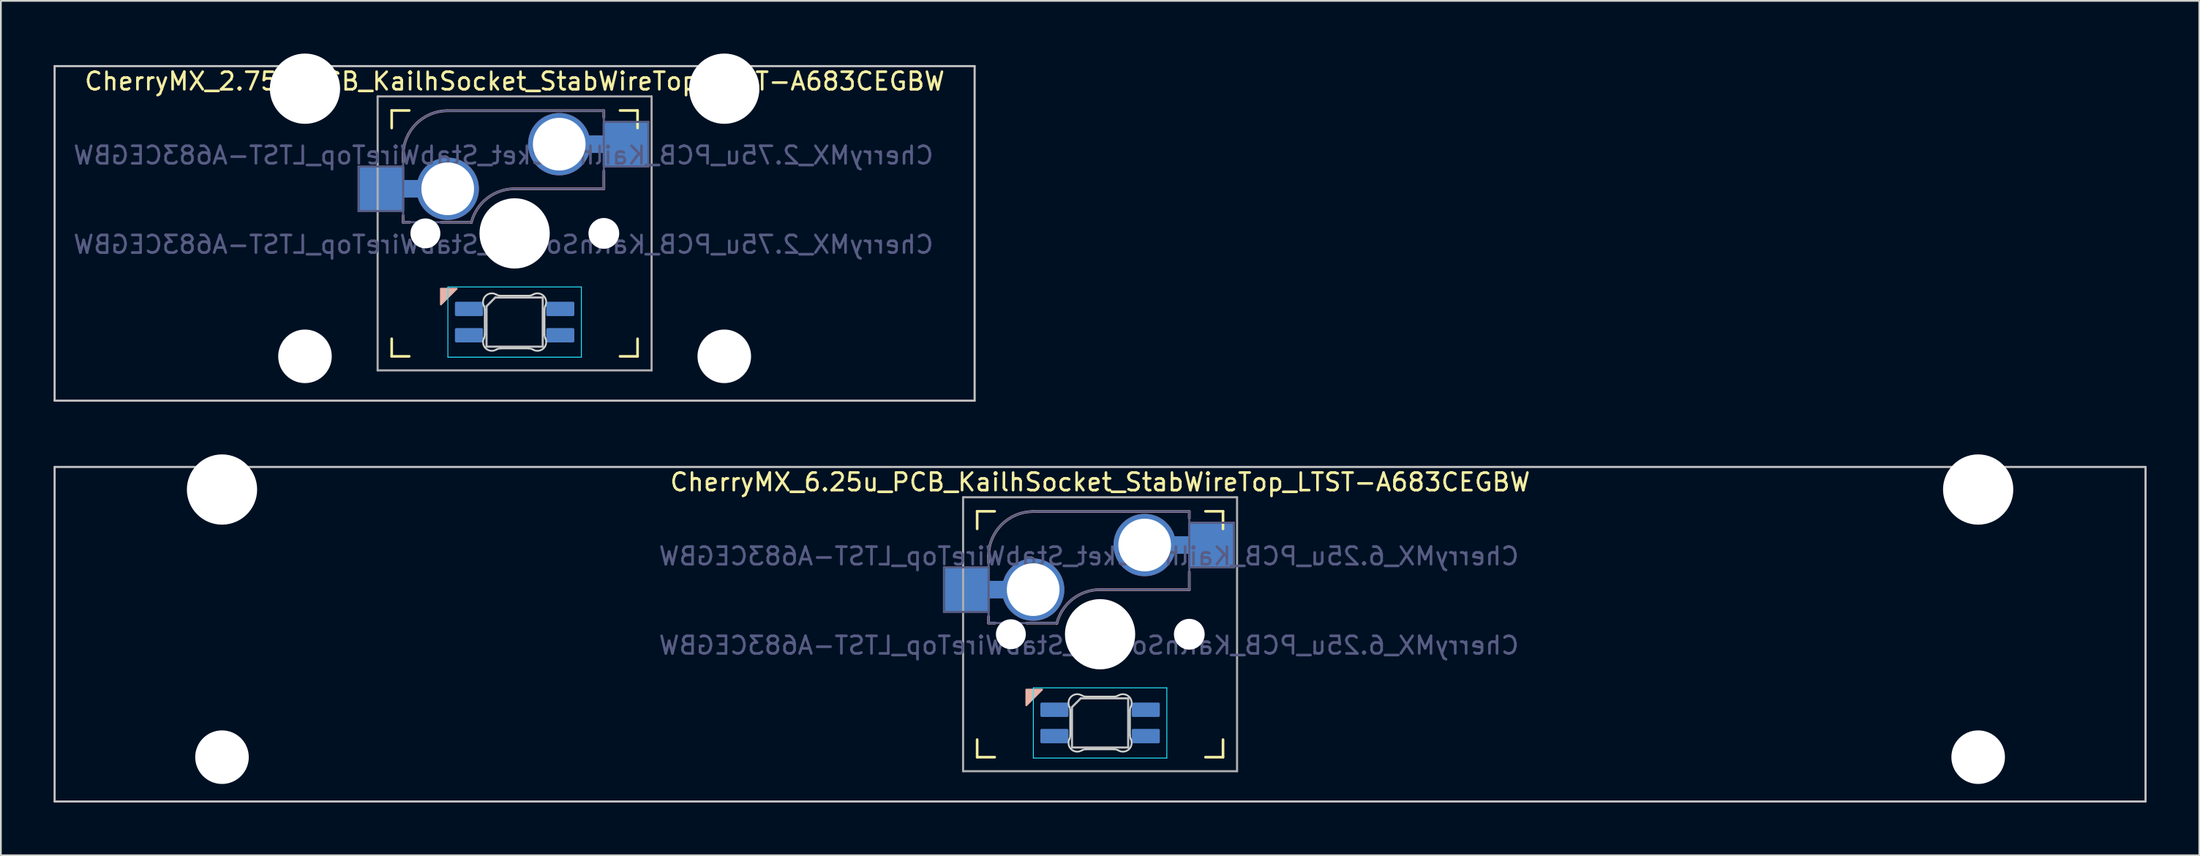
<source format=kicad_pcb>
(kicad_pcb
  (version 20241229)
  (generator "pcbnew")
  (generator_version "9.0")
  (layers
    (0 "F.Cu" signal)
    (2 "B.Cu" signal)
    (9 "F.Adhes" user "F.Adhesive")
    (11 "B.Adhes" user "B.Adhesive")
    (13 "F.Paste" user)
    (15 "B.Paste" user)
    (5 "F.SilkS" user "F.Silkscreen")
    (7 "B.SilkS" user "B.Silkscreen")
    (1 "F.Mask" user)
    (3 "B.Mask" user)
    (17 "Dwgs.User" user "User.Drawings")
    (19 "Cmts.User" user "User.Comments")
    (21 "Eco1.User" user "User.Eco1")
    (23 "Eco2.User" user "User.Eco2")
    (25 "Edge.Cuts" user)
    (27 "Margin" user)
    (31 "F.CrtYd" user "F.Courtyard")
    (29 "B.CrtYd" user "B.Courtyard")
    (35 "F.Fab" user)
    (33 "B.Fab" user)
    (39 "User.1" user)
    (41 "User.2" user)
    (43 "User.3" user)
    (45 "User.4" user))
  (footprint "CherryMX_2.75u_PCB_KailhSocket_StabWireTop_LTST-A683CEGBW"
    (layer "F.Cu")
    (at 26.254 10.24)
    (property "Reference" "CherryMX_2.75u_PCB_KailhSocket_StabWireTop_LTST-A683CEGBW" (at 0 -8.662 0) (layer "F.SilkS") (effects (font (size 1 1) (thickness 0.15))))
    (property "Value" "CherryMX_2.75u_PCB_KailhSocket_StabWireTop_LTST-A683CEGBW" (at 0 8.662 0) (layer "F.Fab") (hide yes) (effects (font (size 1 1) (thickness 0.15))))
    (attr through_hole)
    (fp_line (start -7 -6) (end -7 -7) (stroke (width 0.15) (type solid)) (layer "F.SilkS"))
    (fp_line (start -7 7) (end -7 6) (stroke (width 0.15) (type solid)) (layer "F.SilkS"))
    (fp_line (start -7 7) (end -6 7) (stroke (width 0.15) (type solid)) (layer "F.SilkS"))
    (fp_line (start -6 -7) (end -7 -7) (stroke (width 0.15) (type solid)) (layer "F.SilkS"))
    (fp_line (start 6 7) (end 7 7) (stroke (width 0.15) (type solid)) (layer "F.SilkS"))
    (fp_line (start 7 -7) (end 6 -7) (stroke (width 0.15) (type solid)) (layer "F.SilkS"))
    (fp_line (start 7 -7) (end 7 -6) (stroke (width 0.15) (type solid)) (layer "F.SilkS"))
    (fp_line (start 7 6) (end 7 7) (stroke (width 0.15) (type solid)) (layer "F.SilkS"))
    (fp_line (start -6.35 -4.445) (end -6.35 -4.064) (stroke (width 0.15) (type solid)) (layer "B.SilkS"))
    (fp_line (start -6.35 -1.016) (end -6.35 -0.635) (stroke (width 0.15) (type solid)) (layer "B.SilkS"))
    (fp_line (start -5.969 -0.635) (end -6.35 -0.635) (stroke (width 0.15) (type solid)) (layer "B.SilkS"))
    (fp_line (start -3.81 -6.985) (end 5.08 -6.985) (stroke (width 0.15) (type solid)) (layer "B.SilkS"))
    (fp_line (start -2.464 -0.635) (end -4.191 -0.635) (stroke (width 0.15) (type solid)) (layer "B.SilkS"))
    (fp_line (start 5.08 -6.985) (end 5.08 -6.604) (stroke (width 0.15) (type solid)) (layer "B.SilkS"))
    (fp_line (start 5.08 -3.556) (end 5.08 -2.54) (stroke (width 0.15) (type solid)) (layer "B.SilkS"))
    (fp_line (start 5.08 -2.54) (end 0 -2.54) (stroke (width 0.15) (type solid)) (layer "B.SilkS"))
    (fp_arc (start -6.35 -4.445) (mid -5.606051 -6.241051) (end -3.81 -6.985) (stroke (width 0.15) (type solid)) (layer "B.SilkS"))
    (fp_arc (start -2.464162 -0.61604) (mid -1.563147 -2.002042) (end 0 -2.54) (stroke (width 0.15) (type solid)) (layer "B.SilkS"))
    (fp_poly (pts (xy -4.2 4.05) (xy -3.3 3.15) (xy -4.2 3.15)) (stroke (width 0.1) (type solid)) (fill yes) (layer "B.SilkS"))
    (fp_line (start -26.194 -9.525) (end 26.194 -9.525) (stroke (width 0.12) (type solid)) (layer "Dwgs.User"))
    (fp_line (start -26.194 9.525) (end -26.194 -9.525) (stroke (width 0.12) (type solid)) (layer "Dwgs.User"))
    (fp_line (start -1.6 4.15) (end -1.6 6.45) (stroke (width 0.12) (type solid)) (layer "Dwgs.User"))
    (fp_line (start -1.6 4.15) (end -1.1 3.65) (stroke (width 0.12) (type solid)) (layer "Dwgs.User"))
    (fp_line (start -1.6 6.45) (end 1.6 6.45) (stroke (width 0.12) (type solid)) (layer "Dwgs.User"))
    (fp_line (start 1.6 3.65) (end -1.1 3.65) (stroke (width 0.12) (type solid)) (layer "Dwgs.User"))
    (fp_line (start 1.6 6.45) (end 1.6 3.65) (stroke (width 0.12) (type solid)) (layer "Dwgs.User"))
    (fp_line (start 26.194 -9.525) (end 26.194 9.525) (stroke (width 0.12) (type solid)) (layer "Dwgs.User"))
    (fp_line (start 26.194 9.525) (end -26.194 9.525) (stroke (width 0.12) (type solid)) (layer "Dwgs.User"))
    (fp_line (start -6.9 6.9) (end -6.9 -6.9) (stroke (width 0.15) (type solid)) (layer "Eco2.User"))
    (fp_line (start -6.9 6.9) (end 6.9 6.9) (stroke (width 0.15) (type solid)) (layer "Eco2.User"))
    (fp_line (start 6.9 -6.9) (end -6.9 -6.9) (stroke (width 0.15) (type solid)) (layer "Eco2.User"))
    (fp_line (start 6.9 -6.9) (end 6.9 6.9) (stroke (width 0.15) (type solid)) (layer "Eco2.User"))
    (fp_line (start -1.7 5.753) (end -1.7 4.347) (stroke (width 0.1) (type solid)) (layer "Edge.Cuts"))
    (fp_line (start -0.794 3.55) (end 0.794 3.55) (stroke (width 0.1) (type solid)) (layer "Edge.Cuts"))
    (fp_line (start 0.794 6.55) (end -0.794 6.55) (stroke (width 0.1) (type solid)) (layer "Edge.Cuts"))
    (fp_line (start 1.7 4.347) (end 1.7 5.753) (stroke (width 0.1) (type solid)) (layer "Edge.Cuts"))
    (fp_arc (start -1.749484 4.13028) (mid -1.712527 4.235932) (end -1.699999 4.347158) (stroke (width 0.1) (type solid)) (layer "Edge.Cuts"))
    (fp_arc (start -1.749484 4.130281) (mid -1.638072 3.545965) (end -1.046711 3.481701) (stroke (width 0.1) (type solid)) (layer "Edge.Cuts"))
    (fp_arc (start -1.699999 5.752843) (mid -1.712527 5.864068) (end -1.749484 5.96972) (stroke (width 0.1) (type solid)) (layer "Edge.Cuts"))
    (fp_arc (start -1.046711 6.618298) (mid -1.63807 6.554034) (end -1.749484 5.96972) (stroke (width 0.1) (type solid)) (layer "Edge.Cuts"))
    (fp_arc (start -1.046711 6.618298) (mid -0.925123 6.567376) (end -0.794453 6.549999) (stroke (width 0.1) (type solid)) (layer "Edge.Cuts"))
    (fp_arc (start -0.794452 3.55) (mid -0.925123 3.532623) (end -1.046711 3.481701) (stroke (width 0.1) (type solid)) (layer "Edge.Cuts"))
    (fp_arc (start 0.794453 6.55) (mid 0.925123 6.567377) (end 1.046711 6.618299) (stroke (width 0.1) (type solid)) (layer "Edge.Cuts"))
    (fp_arc (start 1.04671 3.481701) (mid 0.925122 3.532623) (end 0.794452 3.55) (stroke (width 0.1) (type solid)) (layer "Edge.Cuts"))
    (fp_arc (start 1.046711 3.481703) (mid 1.63807 3.545966) (end 1.749484 4.13028) (stroke (width 0.1) (type solid)) (layer "Edge.Cuts"))
    (fp_arc (start 1.699999 4.347157) (mid 1.712527 4.235932) (end 1.749484 4.13028) (stroke (width 0.1) (type solid)) (layer "Edge.Cuts"))
    (fp_arc (start 1.749484 5.96972) (mid 1.638071 6.554035) (end 1.046711 6.618299) (stroke (width 0.1) (type solid)) (layer "Edge.Cuts"))
    (fp_arc (start 1.749484 5.96972) (mid 1.712527 5.864068) (end 1.699999 5.752842) (stroke (width 0.1) (type solid)) (layer "Edge.Cuts"))
    (fp_line (start -3.8 3.05) (end -3.8 7.05) (stroke (width 0.05) (type solid)) (layer "B.CrtYd"))
    (fp_line (start -3.8 7.05) (end 3.8 7.05) (stroke (width 0.05) (type solid)) (layer "B.CrtYd"))
    (fp_line (start 3.8 3.05) (end -3.8 3.05) (stroke (width 0.05) (type solid)) (layer "B.CrtYd"))
    (fp_line (start 3.8 7.05) (end 3.8 3.05) (stroke (width 0.05) (type solid)) (layer "B.CrtYd"))
    (fp_line (start -8.89 -3.81) (end -6.35 -3.81) (stroke (width 0.12) (type solid)) (layer "B.Fab"))
    (fp_line (start -8.89 -1.27) (end -8.89 -3.81) (stroke (width 0.12) (type solid)) (layer "B.Fab"))
    (fp_line (start -6.35 -1.27) (end -8.89 -1.27) (stroke (width 0.12) (type solid)) (layer "B.Fab"))
    (fp_line (start -6.35 -0.635) (end -6.35 -4.445) (stroke (width 0.12) (type solid)) (layer "B.Fab"))
    (fp_line (start -6.35 -0.635) (end -2.54 -0.635) (stroke (width 0.12) (type solid)) (layer "B.Fab"))
    (fp_line (start -3.81 -6.985) (end 5.08 -6.985) (stroke (width 0.12) (type solid)) (layer "B.Fab"))
    (fp_line (start 5.08 -6.985) (end 5.08 -2.54) (stroke (width 0.12) (type solid)) (layer "B.Fab"))
    (fp_line (start 5.08 -6.35) (end 7.62 -6.35) (stroke (width 0.12) (type solid)) (layer "B.Fab"))
    (fp_line (start 5.08 -2.54) (end 0 -2.54) (stroke (width 0.12) (type solid)) (layer "B.Fab"))
    (fp_line (start 7.62 -6.35) (end 7.62 -3.81) (stroke (width 0.12) (type solid)) (layer "B.Fab"))
    (fp_line (start 7.62 -3.81) (end 5.08 -3.81) (stroke (width 0.12) (type solid)) (layer "B.Fab"))
    (fp_arc (start -6.35 -4.445) (mid -5.606051 -6.241051) (end -3.81 -6.985) (stroke (width 0.12) (type solid)) (layer "B.Fab"))
    (fp_arc (start -2.464162 -0.61604) (mid -1.563147 -2.002042) (end 0 -2.54) (stroke (width 0.12) (type solid)) (layer "B.Fab"))
    (fp_line (start -7.8 -7.8) (end -7.8 7.8) (stroke (width 0.12) (type solid)) (layer "F.Fab"))
    (fp_line (start -7.8 -7.8) (end 7.8 -7.8) (stroke (width 0.12) (type solid)) (layer "F.Fab"))
    (fp_line (start -7.8 7.8) (end 7.8 7.8) (stroke (width 0.12) (type solid)) (layer "F.Fab"))
    (fp_line (start 7.8 -7.8) (end 7.8 7.8) (stroke (width 0.12) (type solid)) (layer "F.Fab"))
    (fp_text user "${VALUE}" (at -0.635 0.635 0) (layer "B.Fab") (effects (font (size 1 1) (thickness 0.15)) (justify mirror)))
    (fp_text user "${REFERENCE}" (at -0.635 -4.445 0) (layer "B.Fab") (effects (font (size 1 1) (thickness 0.15)) (justify mirror)))
    (pad "" np_thru_hole circle (at -11.938 -8.24) (size 4 4) (drill 4) (layers "*.Cu" "*.Mask"))
    (pad "" np_thru_hole circle (at -11.938 7) (size 3.05 3.05) (drill 3.05) (layers "*.Cu" "*.Mask"))
    (pad "" np_thru_hole circle (at -5.08 0) (size 1.702 1.702) (drill 1.702) (layers "*.Cu" "*.Mask"))
    (pad "" np_thru_hole circle (at 0 0) (size 4 4) (drill 4) (layers "*.Cu" "*.Mask"))
    (pad "" np_thru_hole circle (at 5.08 0) (size 1.702 1.702) (drill 1.702) (layers "*.Cu" "*.Mask"))
    (pad "" np_thru_hole circle (at 5.08 0) (size 1.75 1.75) (drill 1.75) (layers "*.Cu" "*.Mask"))
    (pad "" np_thru_hole circle (at 11.938 -8.24) (size 4 4) (drill 4) (layers "*.Cu" "*.Mask"))
    (pad "" np_thru_hole circle (at 11.938 7) (size 3.05 3.05) (drill 3.05) (layers "*.Cu" "*.Mask"))
    (pad "1" smd rect (at -7.56 -2.54) (size 2.55 2.5) (layers "B.Cu" "B.Mask" "B.Paste"))
    (pad "1" connect rect (at -5.715 -2.54 90) (size 1 2.5) (layers "B.Cu"))
    (pad "1" thru_hole circle (at -3.81 -2.54) (size 3.55 3.55) (drill 3) (layers "*.Cu"))
    (pad "2" thru_hole circle (at 2.54 -5.08) (size 3.55 3.55) (drill 3) (layers "*.Cu"))
    (pad "2" connect rect (at 5.015 -5.08 270) (size 1 2.5) (layers "B.Cu"))
    (pad "2" smd rect (at 6.29 -5.08) (size 2.55 2.5) (layers "B.Cu" "B.Mask" "B.Paste"))
    (pad "3" smd roundrect (at -2.6 4.3 90) (size 0.82 1.6) (layers "B.Cu" "B.Mask" "B.Paste") (roundrect_rratio 0.1))
    (pad "4" smd roundrect (at -2.6 5.8 90) (size 0.82 1.6) (layers "B.Cu" "B.Mask" "B.Paste") (roundrect_rratio 0.1))
    (pad "5" smd roundrect (at 2.6 4.3 90) (size 0.82 1.6) (layers "B.Cu" "B.Mask" "B.Paste") (roundrect_rratio 0.1))
    (pad "6" smd roundrect (at 2.6 5.8 90) (size 0.82 1.6) (layers "B.Cu" "B.Mask" "B.Paste") (roundrect_rratio 0.1)))
  (footprint "CherryMX_6.25u_PCB_KailhSocket_StabWireTop_LTST-A683CEGBW"
    (layer "F.Cu")
    (at 59.591 33.065)
    (property "Reference" "CherryMX_6.25u_PCB_KailhSocket_StabWireTop_LTST-A683CEGBW" (at 0 -8.662 0) (layer "F.SilkS") (effects (font (size 1 1) (thickness 0.15))))
    (property "Value" "CherryMX_6.25u_PCB_KailhSocket_StabWireTop_LTST-A683CEGBW" (at 0 8.662 0) (layer "F.Fab") (hide yes) (effects (font (size 1 1) (thickness 0.15))))
    (attr through_hole)
    (fp_line (start -7 -6) (end -7 -7) (stroke (width 0.15) (type solid)) (layer "F.SilkS"))
    (fp_line (start -7 7) (end -7 6) (stroke (width 0.15) (type solid)) (layer "F.SilkS"))
    (fp_line (start -7 7) (end -6 7) (stroke (width 0.15) (type solid)) (layer "F.SilkS"))
    (fp_line (start -6 -7) (end -7 -7) (stroke (width 0.15) (type solid)) (layer "F.SilkS"))
    (fp_line (start 6 7) (end 7 7) (stroke (width 0.15) (type solid)) (layer "F.SilkS"))
    (fp_line (start 7 -7) (end 6 -7) (stroke (width 0.15) (type solid)) (layer "F.SilkS"))
    (fp_line (start 7 -7) (end 7 -6) (stroke (width 0.15) (type solid)) (layer "F.SilkS"))
    (fp_line (start 7 6) (end 7 7) (stroke (width 0.15) (type solid)) (layer "F.SilkS"))
    (fp_line (start -6.35 -4.445) (end -6.35 -4.064) (stroke (width 0.15) (type solid)) (layer "B.SilkS"))
    (fp_line (start -6.35 -1.016) (end -6.35 -0.635) (stroke (width 0.15) (type solid)) (layer "B.SilkS"))
    (fp_line (start -5.969 -0.635) (end -6.35 -0.635) (stroke (width 0.15) (type solid)) (layer "B.SilkS"))
    (fp_line (start -3.81 -6.985) (end 5.08 -6.985) (stroke (width 0.15) (type solid)) (layer "B.SilkS"))
    (fp_line (start -2.464 -0.635) (end -4.191 -0.635) (stroke (width 0.15) (type solid)) (layer "B.SilkS"))
    (fp_line (start 5.08 -6.985) (end 5.08 -6.604) (stroke (width 0.15) (type solid)) (layer "B.SilkS"))
    (fp_line (start 5.08 -3.556) (end 5.08 -2.54) (stroke (width 0.15) (type solid)) (layer "B.SilkS"))
    (fp_line (start 5.08 -2.54) (end 0 -2.54) (stroke (width 0.15) (type solid)) (layer "B.SilkS"))
    (fp_arc (start -6.35 -4.445) (mid -5.606051 -6.241051) (end -3.81 -6.985) (stroke (width 0.15) (type solid)) (layer "B.SilkS"))
    (fp_arc (start -2.464162 -0.61604) (mid -1.563147 -2.002042) (end 0 -2.54) (stroke (width 0.15) (type solid)) (layer "B.SilkS"))
    (fp_poly (pts (xy -4.2 4.05) (xy -3.3 3.15) (xy -4.2 3.15)) (stroke (width 0.1) (type solid)) (fill yes) (layer "B.SilkS"))
    (fp_line (start -59.531 -9.525) (end 59.531 -9.525) (stroke (width 0.12) (type solid)) (layer "Dwgs.User"))
    (fp_line (start -59.531 9.525) (end -59.531 -9.525) (stroke (width 0.12) (type solid)) (layer "Dwgs.User"))
    (fp_line (start -1.6 4.15) (end -1.6 6.45) (stroke (width 0.12) (type solid)) (layer "Dwgs.User"))
    (fp_line (start -1.6 4.15) (end -1.1 3.65) (stroke (width 0.12) (type solid)) (layer "Dwgs.User"))
    (fp_line (start -1.6 6.45) (end 1.6 6.45) (stroke (width 0.12) (type solid)) (layer "Dwgs.User"))
    (fp_line (start 1.6 3.65) (end -1.1 3.65) (stroke (width 0.12) (type solid)) (layer "Dwgs.User"))
    (fp_line (start 1.6 6.45) (end 1.6 3.65) (stroke (width 0.12) (type solid)) (layer "Dwgs.User"))
    (fp_line (start 59.531 -9.525) (end 59.531 9.525) (stroke (width 0.12) (type solid)) (layer "Dwgs.User"))
    (fp_line (start 59.531 9.525) (end -59.531 9.525) (stroke (width 0.12) (type solid)) (layer "Dwgs.User"))
    (fp_line (start -6.9 6.9) (end -6.9 -6.9) (stroke (width 0.15) (type solid)) (layer "Eco2.User"))
    (fp_line (start -6.9 6.9) (end 6.9 6.9) (stroke (width 0.15) (type solid)) (layer "Eco2.User"))
    (fp_line (start 6.9 -6.9) (end -6.9 -6.9) (stroke (width 0.15) (type solid)) (layer "Eco2.User"))
    (fp_line (start 6.9 -6.9) (end 6.9 6.9) (stroke (width 0.15) (type solid)) (layer "Eco2.User"))
    (fp_line (start -1.7 5.753) (end -1.7 4.347) (stroke (width 0.1) (type solid)) (layer "Edge.Cuts"))
    (fp_line (start -0.794 3.55) (end 0.794 3.55) (stroke (width 0.1) (type solid)) (layer "Edge.Cuts"))
    (fp_line (start 0.794 6.55) (end -0.794 6.55) (stroke (width 0.1) (type solid)) (layer "Edge.Cuts"))
    (fp_line (start 1.7 4.347) (end 1.7 5.753) (stroke (width 0.1) (type solid)) (layer "Edge.Cuts"))
    (fp_arc (start -1.749484 4.13028) (mid -1.712527 4.235932) (end -1.699999 4.347158) (stroke (width 0.1) (type solid)) (layer "Edge.Cuts"))
    (fp_arc (start -1.749484 4.130281) (mid -1.638072 3.545965) (end -1.046711 3.481701) (stroke (width 0.1) (type solid)) (layer "Edge.Cuts"))
    (fp_arc (start -1.699999 5.752843) (mid -1.712527 5.864068) (end -1.749484 5.96972) (stroke (width 0.1) (type solid)) (layer "Edge.Cuts"))
    (fp_arc (start -1.046711 6.618298) (mid -1.63807 6.554034) (end -1.749484 5.96972) (stroke (width 0.1) (type solid)) (layer "Edge.Cuts"))
    (fp_arc (start -1.046711 6.618298) (mid -0.925123 6.567376) (end -0.794453 6.549999) (stroke (width 0.1) (type solid)) (layer "Edge.Cuts"))
    (fp_arc (start -0.794452 3.55) (mid -0.925123 3.532623) (end -1.046711 3.481701) (stroke (width 0.1) (type solid)) (layer "Edge.Cuts"))
    (fp_arc (start 0.794453 6.55) (mid 0.925123 6.567377) (end 1.046711 6.618299) (stroke (width 0.1) (type solid)) (layer "Edge.Cuts"))
    (fp_arc (start 1.04671 3.481701) (mid 0.925122 3.532623) (end 0.794452 3.55) (stroke (width 0.1) (type solid)) (layer "Edge.Cuts"))
    (fp_arc (start 1.046711 3.481703) (mid 1.63807 3.545966) (end 1.749484 4.13028) (stroke (width 0.1) (type solid)) (layer "Edge.Cuts"))
    (fp_arc (start 1.699999 4.347157) (mid 1.712527 4.235932) (end 1.749484 4.13028) (stroke (width 0.1) (type solid)) (layer "Edge.Cuts"))
    (fp_arc (start 1.749484 5.96972) (mid 1.638071 6.554035) (end 1.046711 6.618299) (stroke (width 0.1) (type solid)) (layer "Edge.Cuts"))
    (fp_arc (start 1.749484 5.96972) (mid 1.712527 5.864068) (end 1.699999 5.752842) (stroke (width 0.1) (type solid)) (layer "Edge.Cuts"))
    (fp_line (start -3.8 3.05) (end -3.8 7.05) (stroke (width 0.05) (type solid)) (layer "B.CrtYd"))
    (fp_line (start -3.8 7.05) (end 3.8 7.05) (stroke (width 0.05) (type solid)) (layer "B.CrtYd"))
    (fp_line (start 3.8 3.05) (end -3.8 3.05) (stroke (width 0.05) (type solid)) (layer "B.CrtYd"))
    (fp_line (start 3.8 7.05) (end 3.8 3.05) (stroke (width 0.05) (type solid)) (layer "B.CrtYd"))
    (fp_line (start -8.89 -3.81) (end -6.35 -3.81) (stroke (width 0.12) (type solid)) (layer "B.Fab"))
    (fp_line (start -8.89 -1.27) (end -8.89 -3.81) (stroke (width 0.12) (type solid)) (layer "B.Fab"))
    (fp_line (start -6.35 -1.27) (end -8.89 -1.27) (stroke (width 0.12) (type solid)) (layer "B.Fab"))
    (fp_line (start -6.35 -0.635) (end -6.35 -4.445) (stroke (width 0.12) (type solid)) (layer "B.Fab"))
    (fp_line (start -6.35 -0.635) (end -2.54 -0.635) (stroke (width 0.12) (type solid)) (layer "B.Fab"))
    (fp_line (start -3.81 -6.985) (end 5.08 -6.985) (stroke (width 0.12) (type solid)) (layer "B.Fab"))
    (fp_line (start 5.08 -6.985) (end 5.08 -2.54) (stroke (width 0.12) (type solid)) (layer "B.Fab"))
    (fp_line (start 5.08 -6.35) (end 7.62 -6.35) (stroke (width 0.12) (type solid)) (layer "B.Fab"))
    (fp_line (start 5.08 -2.54) (end 0 -2.54) (stroke (width 0.12) (type solid)) (layer "B.Fab"))
    (fp_line (start 7.62 -6.35) (end 7.62 -3.81) (stroke (width 0.12) (type solid)) (layer "B.Fab"))
    (fp_line (start 7.62 -3.81) (end 5.08 -3.81) (stroke (width 0.12) (type solid)) (layer "B.Fab"))
    (fp_arc (start -6.35 -4.445) (mid -5.606051 -6.241051) (end -3.81 -6.985) (stroke (width 0.12) (type solid)) (layer "B.Fab"))
    (fp_arc (start -2.464162 -0.61604) (mid -1.563147 -2.002042) (end 0 -2.54) (stroke (width 0.12) (type solid)) (layer "B.Fab"))
    (fp_line (start -7.8 -7.8) (end -7.8 7.8) (stroke (width 0.12) (type solid)) (layer "F.Fab"))
    (fp_line (start -7.8 -7.8) (end 7.8 -7.8) (stroke (width 0.12) (type solid)) (layer "F.Fab"))
    (fp_line (start -7.8 7.8) (end 7.8 7.8) (stroke (width 0.12) (type solid)) (layer "F.Fab"))
    (fp_line (start 7.8 -7.8) (end 7.8 7.8) (stroke (width 0.12) (type solid)) (layer "F.Fab"))
    (fp_text user "${REFERENCE}" (at -0.635 -4.445 0) (layer "B.Fab") (effects (font (size 1 1) (thickness 0.15)) (justify mirror)))
    (fp_text user "${VALUE}" (at -0.635 0.635 0) (layer "B.Fab") (effects (font (size 1 1) (thickness 0.15)) (justify mirror)))
    (pad "" np_thru_hole circle (at -50 -8.24) (size 4 4) (drill 4) (layers "*.Cu" "*.Mask"))
    (pad "" np_thru_hole circle (at -50 7) (size 3.05 3.05) (drill 3.05) (layers "*.Cu" "*.Mask"))
    (pad "" np_thru_hole circle (at -5.08 0) (size 1.702 1.702) (drill 1.702) (layers "*.Cu" "*.Mask"))
    (pad "" np_thru_hole circle (at 0 0) (size 4 4) (drill 4) (layers "*.Cu" "*.Mask"))
    (pad "" np_thru_hole circle (at 5.08 0) (size 1.702 1.702) (drill 1.702) (layers "*.Cu" "*.Mask"))
    (pad "" np_thru_hole circle (at 5.08 0) (size 1.75 1.75) (drill 1.75) (layers "*.Cu" "*.Mask"))
    (pad "" np_thru_hole circle (at 50 -8.24) (size 4 4) (drill 4) (layers "*.Cu" "*.Mask"))
    (pad "" np_thru_hole circle (at 50 7) (size 3.05 3.05) (drill 3.05) (layers "*.Cu" "*.Mask"))
    (pad "1" smd rect (at -7.56 -2.54) (size 2.55 2.5) (layers "B.Cu" "B.Mask" "B.Paste"))
    (pad "1" connect rect (at -5.715 -2.54 90) (size 1 2.5) (layers "B.Cu"))
    (pad "1" thru_hole circle (at -3.81 -2.54) (size 3.55 3.55) (drill 3) (layers "*.Cu"))
    (pad "2" thru_hole circle (at 2.54 -5.08) (size 3.55 3.55) (drill 3) (layers "*.Cu"))
    (pad "2" connect rect (at 5.015 -5.08 270) (size 1 2.5) (layers "B.Cu"))
    (pad "2" smd rect (at 6.29 -5.08) (size 2.55 2.5) (layers "B.Cu" "B.Mask" "B.Paste"))
    (pad "3" smd roundrect (at -2.6 4.3 90) (size 0.82 1.6) (layers "B.Cu" "B.Mask" "B.Paste") (roundrect_rratio 0.1))
    (pad "4" smd roundrect (at -2.6 5.8 90) (size 0.82 1.6) (layers "B.Cu" "B.Mask" "B.Paste") (roundrect_rratio 0.1))
    (pad "5" smd roundrect (at 2.6 4.3 90) (size 0.82 1.6) (layers "B.Cu" "B.Mask" "B.Paste") (roundrect_rratio 0.1))
    (pad "6" smd roundrect (at 2.6 5.8 90) (size 0.82 1.6) (layers "B.Cu" "B.Mask" "B.Paste") (roundrect_rratio 0.1)))
  (gr_rect
    (start -3 -3)
    (end 122.183 45.65)
    (stroke (width 0.1) (type default))
    (fill no)
    (layer "Edge.Cuts")))
</source>
